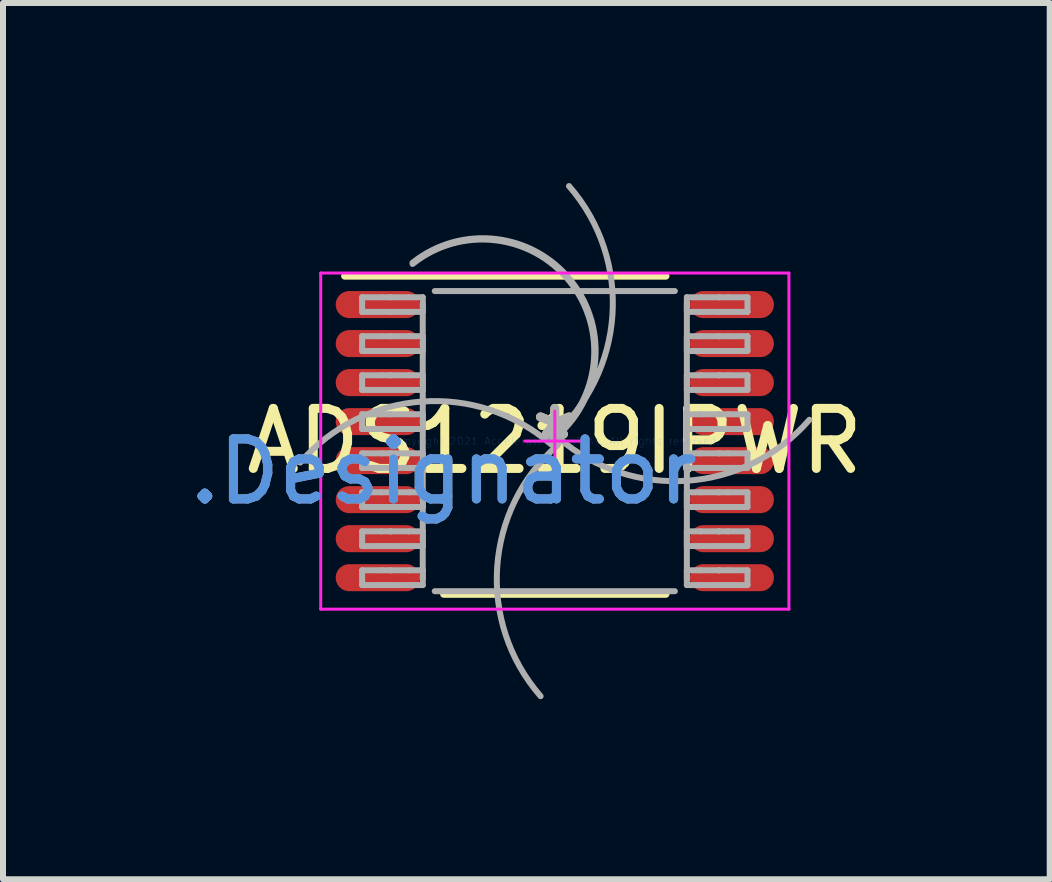
<source format=kicad_pcb>
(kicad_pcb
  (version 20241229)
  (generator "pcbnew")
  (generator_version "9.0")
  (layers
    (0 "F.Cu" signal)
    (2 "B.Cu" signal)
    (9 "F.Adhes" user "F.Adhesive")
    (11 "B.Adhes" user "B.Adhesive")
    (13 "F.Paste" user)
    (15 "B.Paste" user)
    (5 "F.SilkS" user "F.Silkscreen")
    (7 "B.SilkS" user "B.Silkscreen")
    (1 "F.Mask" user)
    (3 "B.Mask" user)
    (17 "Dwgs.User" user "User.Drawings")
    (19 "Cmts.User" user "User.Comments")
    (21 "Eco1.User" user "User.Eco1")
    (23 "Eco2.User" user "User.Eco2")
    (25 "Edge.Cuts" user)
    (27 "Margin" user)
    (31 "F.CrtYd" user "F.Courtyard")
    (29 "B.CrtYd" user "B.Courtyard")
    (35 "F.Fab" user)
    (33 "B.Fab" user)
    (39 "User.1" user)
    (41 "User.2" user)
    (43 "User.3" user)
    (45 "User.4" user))
  (footprint "ADS1219IPWR"
    (layer "F.Cu")
    (at 6.193 4.299)
    (property "Reference" "ADS1219IPWR" (at 0 0 0) (layer "F.SilkS") (effects (font (size 1 1) (thickness 0.15))))
    (attr through_hole)
    (fp_line (start -3.5 -2.75) (end 1.85 -2.75) (stroke (width 0.12) (type solid)) (layer "F.SilkS"))
    (fp_line (start -1.85 2.55) (end 1.85 2.55) (stroke (width 0.12) (type solid)) (layer "F.SilkS"))
    (fp_line (start -3.9 -2.8) (end 3.9 -2.8) (stroke (width 0.05) (type solid)) (layer "F.CrtYd"))
    (fp_line (start -3.9 2.8) (end -3.9 -2.8) (stroke (width 0.05) (type solid)) (layer "F.CrtYd"))
    (fp_line (start -3.9 2.8) (end 3.9 2.8) (stroke (width 0.05) (type solid)) (layer "F.CrtYd"))
    (fp_line (start -0.5 0) (end 0.5 0) (stroke (width 0.05) (type solid)) (layer "F.CrtYd"))
    (fp_line (start 0 0.5) (end 0 -0.5) (stroke (width 0.05) (type solid)) (layer "F.CrtYd"))
    (fp_line (start 3.9 2.8) (end 3.9 -2.8) (stroke (width 0.05) (type solid)) (layer "F.CrtYd"))
    (fp_line (start -3.21 -2.397) (end -2.887 -2.397) (stroke (width 0.1) (type solid)) (layer "F.Fab"))
    (fp_line (start -3.21 -2.153) (end -3.21 -2.397) (stroke (width 0.1) (type solid)) (layer "F.Fab"))
    (fp_line (start -3.21 -2.153) (end -2.887 -2.153) (stroke (width 0.1) (type solid)) (layer "F.Fab"))
    (fp_line (start -3.21 -1.748) (end -2.887 -1.748) (stroke (width 0.1) (type solid)) (layer "F.Fab"))
    (fp_line (start -3.21 -1.502) (end -3.21 -1.748) (stroke (width 0.1) (type solid)) (layer "F.Fab"))
    (fp_line (start -3.21 -1.502) (end -2.887 -1.502) (stroke (width 0.1) (type solid)) (layer "F.Fab"))
    (fp_line (start -3.21 -1.097) (end -2.887 -1.097) (stroke (width 0.1) (type solid)) (layer "F.Fab"))
    (fp_line (start -3.21 -0.853) (end -3.21 -1.097) (stroke (width 0.1) (type solid)) (layer "F.Fab"))
    (fp_line (start -3.21 -0.853) (end -2.887 -0.853) (stroke (width 0.1) (type solid)) (layer "F.Fab"))
    (fp_line (start -3.21 -0.448) (end -2.887 -0.448) (stroke (width 0.1) (type solid)) (layer "F.Fab"))
    (fp_line (start -3.21 -0.202) (end -3.21 -0.448) (stroke (width 0.1) (type solid)) (layer "F.Fab"))
    (fp_line (start -3.21 -0.202) (end -2.887 -0.202) (stroke (width 0.1) (type solid)) (layer "F.Fab"))
    (fp_line (start -3.21 0.203) (end -2.887 0.203) (stroke (width 0.1) (type solid)) (layer "F.Fab"))
    (fp_line (start -3.21 0.447) (end -3.21 0.203) (stroke (width 0.1) (type solid)) (layer "F.Fab"))
    (fp_line (start -3.21 0.447) (end -2.887 0.447) (stroke (width 0.1) (type solid)) (layer "F.Fab"))
    (fp_line (start -3.21 0.852) (end -2.887 0.852) (stroke (width 0.1) (type solid)) (layer "F.Fab"))
    (fp_line (start -3.21 1.098) (end -3.21 0.852) (stroke (width 0.1) (type solid)) (layer "F.Fab"))
    (fp_line (start -3.21 1.098) (end -2.887 1.098) (stroke (width 0.1) (type solid)) (layer "F.Fab"))
    (fp_line (start -3.21 1.503) (end -2.887 1.503) (stroke (width 0.1) (type solid)) (layer "F.Fab"))
    (fp_line (start -3.21 1.748) (end -3.21 1.503) (stroke (width 0.1) (type solid)) (layer "F.Fab"))
    (fp_line (start -3.21 1.748) (end -2.887 1.748) (stroke (width 0.1) (type solid)) (layer "F.Fab"))
    (fp_line (start -3.21 2.152) (end -2.887 2.152) (stroke (width 0.1) (type solid)) (layer "F.Fab"))
    (fp_line (start -3.21 2.398) (end -3.21 2.152) (stroke (width 0.1) (type solid)) (layer "F.Fab"))
    (fp_line (start -3.21 2.398) (end -2.887 2.398) (stroke (width 0.1) (type solid)) (layer "F.Fab"))
    (fp_line (start -2.887 -2.397) (end -2.739 -2.397) (stroke (width 0.1) (type solid)) (layer "F.Fab"))
    (fp_line (start -2.887 -2.153) (end -2.739 -2.153) (stroke (width 0.1) (type solid)) (layer "F.Fab"))
    (fp_line (start -2.887 -1.748) (end -2.739 -1.748) (stroke (width 0.1) (type solid)) (layer "F.Fab"))
    (fp_line (start -2.887 -1.502) (end -2.739 -1.502) (stroke (width 0.1) (type solid)) (layer "F.Fab"))
    (fp_line (start -2.887 -1.097) (end -2.739 -1.097) (stroke (width 0.1) (type solid)) (layer "F.Fab"))
    (fp_line (start -2.887 -0.853) (end -2.739 -0.853) (stroke (width 0.1) (type solid)) (layer "F.Fab"))
    (fp_line (start -2.887 -0.448) (end -2.739 -0.448) (stroke (width 0.1) (type solid)) (layer "F.Fab"))
    (fp_line (start -2.887 -0.202) (end -2.739 -0.202) (stroke (width 0.1) (type solid)) (layer "F.Fab"))
    (fp_line (start -2.887 0.203) (end -2.739 0.203) (stroke (width 0.1) (type solid)) (layer "F.Fab"))
    (fp_line (start -2.887 0.447) (end -2.739 0.447) (stroke (width 0.1) (type solid)) (layer "F.Fab"))
    (fp_line (start -2.887 0.852) (end -2.739 0.852) (stroke (width 0.1) (type solid)) (layer "F.Fab"))
    (fp_line (start -2.887 1.098) (end -2.739 1.098) (stroke (width 0.1) (type solid)) (layer "F.Fab"))
    (fp_line (start -2.887 1.503) (end -2.739 1.503) (stroke (width 0.1) (type solid)) (layer "F.Fab"))
    (fp_line (start -2.887 1.748) (end -2.739 1.748) (stroke (width 0.1) (type solid)) (layer "F.Fab"))
    (fp_line (start -2.887 2.152) (end -2.739 2.152) (stroke (width 0.1) (type solid)) (layer "F.Fab"))
    (fp_line (start -2.887 2.398) (end -2.739 2.398) (stroke (width 0.1) (type solid)) (layer "F.Fab"))
    (fp_line (start -2.739 -2.397) (end -2.733 -2.397) (stroke (width 0.1) (type solid)) (layer "F.Fab"))
    (fp_line (start -2.739 -2.153) (end -2.733 -2.153) (stroke (width 0.1) (type solid)) (layer "F.Fab"))
    (fp_line (start -2.739 -1.748) (end -2.733 -1.748) (stroke (width 0.1) (type solid)) (layer "F.Fab"))
    (fp_line (start -2.739 -1.502) (end -2.733 -1.502) (stroke (width 0.1) (type solid)) (layer "F.Fab"))
    (fp_line (start -2.739 -1.097) (end -2.733 -1.097) (stroke (width 0.1) (type solid)) (layer "F.Fab"))
    (fp_line (start -2.739 -0.853) (end -2.733 -0.853) (stroke (width 0.1) (type solid)) (layer "F.Fab"))
    (fp_line (start -2.739 -0.448) (end -2.733 -0.448) (stroke (width 0.1) (type solid)) (layer "F.Fab"))
    (fp_line (start -2.739 -0.202) (end -2.733 -0.202) (stroke (width 0.1) (type solid)) (layer "F.Fab"))
    (fp_line (start -2.739 0.203) (end -2.733 0.203) (stroke (width 0.1) (type solid)) (layer "F.Fab"))
    (fp_line (start -2.739 0.447) (end -2.733 0.447) (stroke (width 0.1) (type solid)) (layer "F.Fab"))
    (fp_line (start -2.739 0.852) (end -2.733 0.852) (stroke (width 0.1) (type solid)) (layer "F.Fab"))
    (fp_line (start -2.739 1.098) (end -2.733 1.098) (stroke (width 0.1) (type solid)) (layer "F.Fab"))
    (fp_line (start -2.739 1.503) (end -2.733 1.503) (stroke (width 0.1) (type solid)) (layer "F.Fab"))
    (fp_line (start -2.739 1.748) (end -2.733 1.748) (stroke (width 0.1) (type solid)) (layer "F.Fab"))
    (fp_line (start -2.739 2.152) (end -2.733 2.152) (stroke (width 0.1) (type solid)) (layer "F.Fab"))
    (fp_line (start -2.739 2.398) (end -2.733 2.398) (stroke (width 0.1) (type solid)) (layer "F.Fab"))
    (fp_line (start -2.733 -2.397) (end -2.431 -2.397) (stroke (width 0.1) (type solid)) (layer "F.Fab"))
    (fp_line (start -2.733 -2.153) (end -2.431 -2.153) (stroke (width 0.1) (type solid)) (layer "F.Fab"))
    (fp_line (start -2.733 -1.748) (end -2.431 -1.748) (stroke (width 0.1) (type solid)) (layer "F.Fab"))
    (fp_line (start -2.733 -1.502) (end -2.431 -1.502) (stroke (width 0.1) (type solid)) (layer "F.Fab"))
    (fp_line (start -2.733 -1.097) (end -2.431 -1.097) (stroke (width 0.1) (type solid)) (layer "F.Fab"))
    (fp_line (start -2.733 -0.853) (end -2.431 -0.853) (stroke (width 0.1) (type solid)) (layer "F.Fab"))
    (fp_line (start -2.733 -0.448) (end -2.431 -0.448) (stroke (width 0.1) (type solid)) (layer "F.Fab"))
    (fp_line (start -2.733 -0.202) (end -2.431 -0.202) (stroke (width 0.1) (type solid)) (layer "F.Fab"))
    (fp_line (start -2.733 0.203) (end -2.431 0.203) (stroke (width 0.1) (type solid)) (layer "F.Fab"))
    (fp_line (start -2.733 0.447) (end -2.431 0.447) (stroke (width 0.1) (type solid)) (layer "F.Fab"))
    (fp_line (start -2.733 0.852) (end -2.431 0.852) (stroke (width 0.1) (type solid)) (layer "F.Fab"))
    (fp_line (start -2.733 1.098) (end -2.431 1.098) (stroke (width 0.1) (type solid)) (layer "F.Fab"))
    (fp_line (start -2.733 1.503) (end -2.431 1.503) (stroke (width 0.1) (type solid)) (layer "F.Fab"))
    (fp_line (start -2.733 1.748) (end -2.431 1.748) (stroke (width 0.1) (type solid)) (layer "F.Fab"))
    (fp_line (start -2.733 2.152) (end -2.431 2.152) (stroke (width 0.1) (type solid)) (layer "F.Fab"))
    (fp_line (start -2.733 2.398) (end -2.431 2.398) (stroke (width 0.1) (type solid)) (layer "F.Fab"))
    (fp_line (start -2.431 -2.397) (end -2.2 -2.397) (stroke (width 0.1) (type solid)) (layer "F.Fab"))
    (fp_line (start -2.431 -2.153) (end -2.2 -2.153) (stroke (width 0.1) (type solid)) (layer "F.Fab"))
    (fp_line (start -2.431 -1.748) (end -2.2 -1.748) (stroke (width 0.1) (type solid)) (layer "F.Fab"))
    (fp_line (start -2.431 -1.502) (end -2.2 -1.502) (stroke (width 0.1) (type solid)) (layer "F.Fab"))
    (fp_line (start -2.431 -1.097) (end -2.2 -1.097) (stroke (width 0.1) (type solid)) (layer "F.Fab"))
    (fp_line (start -2.431 -0.853) (end -2.2 -0.853) (stroke (width 0.1) (type solid)) (layer "F.Fab"))
    (fp_line (start -2.431 -0.448) (end -2.2 -0.448) (stroke (width 0.1) (type solid)) (layer "F.Fab"))
    (fp_line (start -2.431 -0.202) (end -2.2 -0.202) (stroke (width 0.1) (type solid)) (layer "F.Fab"))
    (fp_line (start -2.431 0.203) (end -2.2 0.203) (stroke (width 0.1) (type solid)) (layer "F.Fab"))
    (fp_line (start -2.431 0.447) (end -2.2 0.447) (stroke (width 0.1) (type solid)) (layer "F.Fab"))
    (fp_line (start -2.431 0.852) (end -2.2 0.852) (stroke (width 0.1) (type solid)) (layer "F.Fab"))
    (fp_line (start -2.431 1.098) (end -2.2 1.098) (stroke (width 0.1) (type solid)) (layer "F.Fab"))
    (fp_line (start -2.431 1.503) (end -2.2 1.503) (stroke (width 0.1) (type solid)) (layer "F.Fab"))
    (fp_line (start -2.431 1.748) (end -2.2 1.748) (stroke (width 0.1) (type solid)) (layer "F.Fab"))
    (fp_line (start -2.431 2.152) (end -2.2 2.152) (stroke (width 0.1) (type solid)) (layer "F.Fab"))
    (fp_line (start -2.431 2.398) (end -2.2 2.398) (stroke (width 0.1) (type solid)) (layer "F.Fab"))
    (fp_line (start -2.2 -2.153) (end -2.2 -2.397) (stroke (width 0.1) (type solid)) (layer "F.Fab"))
    (fp_line (start -2.2 -1.502) (end -2.2 -1.748) (stroke (width 0.1) (type solid)) (layer "F.Fab"))
    (fp_line (start -2.2 -0.853) (end -2.2 -1.097) (stroke (width 0.1) (type solid)) (layer "F.Fab"))
    (fp_line (start -2.2 -0.202) (end -2.2 -0.448) (stroke (width 0.1) (type solid)) (layer "F.Fab"))
    (fp_line (start -2.2 0.447) (end -2.2 0.203) (stroke (width 0.1) (type solid)) (layer "F.Fab"))
    (fp_line (start -2.2 1.098) (end -2.2 0.852) (stroke (width 0.1) (type solid)) (layer "F.Fab"))
    (fp_line (start -2.2 1.748) (end -2.2 1.503) (stroke (width 0.1) (type solid)) (layer "F.Fab"))
    (fp_line (start -2.2 2.3) (end -2.2 -2.3) (stroke (width 0.1) (type solid)) (layer "F.Fab"))
    (fp_line (start -2.2 2.398) (end -2.2 2.152) (stroke (width 0.1) (type solid)) (layer "F.Fab"))
    (fp_line (start -2 -2.5) (end 2 -2.5) (stroke (width 0.1) (type solid)) (layer "F.Fab"))
    (fp_line (start -2 2.5) (end 2 2.5) (stroke (width 0.1) (type solid)) (layer "F.Fab"))
    (fp_line (start 2.2 -2.397) (end 2.43 -2.397) (stroke (width 0.1) (type solid)) (layer "F.Fab"))
    (fp_line (start 2.2 -2.153) (end 2.2 -2.397) (stroke (width 0.1) (type solid)) (layer "F.Fab"))
    (fp_line (start 2.2 -2.153) (end 2.43 -2.153) (stroke (width 0.1) (type solid)) (layer "F.Fab"))
    (fp_line (start 2.2 -1.748) (end 2.43 -1.748) (stroke (width 0.1) (type solid)) (layer "F.Fab"))
    (fp_line (start 2.2 -1.502) (end 2.2 -1.748) (stroke (width 0.1) (type solid)) (layer "F.Fab"))
    (fp_line (start 2.2 -1.502) (end 2.43 -1.502) (stroke (width 0.1) (type solid)) (layer "F.Fab"))
    (fp_line (start 2.2 -1.097) (end 2.43 -1.097) (stroke (width 0.1) (type solid)) (layer "F.Fab"))
    (fp_line (start 2.2 -0.853) (end 2.2 -1.097) (stroke (width 0.1) (type solid)) (layer "F.Fab"))
    (fp_line (start 2.2 -0.853) (end 2.43 -0.853) (stroke (width 0.1) (type solid)) (layer "F.Fab"))
    (fp_line (start 2.2 -0.448) (end 2.43 -0.448) (stroke (width 0.1) (type solid)) (layer "F.Fab"))
    (fp_line (start 2.2 -0.202) (end 2.2 -0.448) (stroke (width 0.1) (type solid)) (layer "F.Fab"))
    (fp_line (start 2.2 -0.202) (end 2.43 -0.202) (stroke (width 0.1) (type solid)) (layer "F.Fab"))
    (fp_line (start 2.2 0.203) (end 2.43 0.203) (stroke (width 0.1) (type solid)) (layer "F.Fab"))
    (fp_line (start 2.2 0.447) (end 2.2 0.203) (stroke (width 0.1) (type solid)) (layer "F.Fab"))
    (fp_line (start 2.2 0.447) (end 2.43 0.447) (stroke (width 0.1) (type solid)) (layer "F.Fab"))
    (fp_line (start 2.2 0.852) (end 2.43 0.852) (stroke (width 0.1) (type solid)) (layer "F.Fab"))
    (fp_line (start 2.2 1.098) (end 2.2 0.852) (stroke (width 0.1) (type solid)) (layer "F.Fab"))
    (fp_line (start 2.2 1.098) (end 2.43 1.098) (stroke (width 0.1) (type solid)) (layer "F.Fab"))
    (fp_line (start 2.2 1.503) (end 2.43 1.503) (stroke (width 0.1) (type solid)) (layer "F.Fab"))
    (fp_line (start 2.2 1.748) (end 2.2 1.503) (stroke (width 0.1) (type solid)) (layer "F.Fab"))
    (fp_line (start 2.2 1.748) (end 2.43 1.748) (stroke (width 0.1) (type solid)) (layer "F.Fab"))
    (fp_line (start 2.2 2.152) (end 2.43 2.152) (stroke (width 0.1) (type solid)) (layer "F.Fab"))
    (fp_line (start 2.2 2.3) (end 2.2 -2.3) (stroke (width 0.1) (type solid)) (layer "F.Fab"))
    (fp_line (start 2.2 2.398) (end 2.2 2.152) (stroke (width 0.1) (type solid)) (layer "F.Fab"))
    (fp_line (start 2.2 2.398) (end 2.43 2.398) (stroke (width 0.1) (type solid)) (layer "F.Fab"))
    (fp_line (start 2.43 -2.397) (end 2.733 -2.397) (stroke (width 0.1) (type solid)) (layer "F.Fab"))
    (fp_line (start 2.43 -2.153) (end 2.733 -2.153) (stroke (width 0.1) (type solid)) (layer "F.Fab"))
    (fp_line (start 2.43 -1.748) (end 2.733 -1.748) (stroke (width 0.1) (type solid)) (layer "F.Fab"))
    (fp_line (start 2.43 -1.502) (end 2.733 -1.502) (stroke (width 0.1) (type solid)) (layer "F.Fab"))
    (fp_line (start 2.43 -1.097) (end 2.733 -1.097) (stroke (width 0.1) (type solid)) (layer "F.Fab"))
    (fp_line (start 2.43 -0.853) (end 2.733 -0.853) (stroke (width 0.1) (type solid)) (layer "F.Fab"))
    (fp_line (start 2.43 -0.448) (end 2.733 -0.448) (stroke (width 0.1) (type solid)) (layer "F.Fab"))
    (fp_line (start 2.43 -0.202) (end 2.733 -0.202) (stroke (width 0.1) (type solid)) (layer "F.Fab"))
    (fp_line (start 2.43 0.203) (end 2.733 0.203) (stroke (width 0.1) (type solid)) (layer "F.Fab"))
    (fp_line (start 2.43 0.447) (end 2.733 0.447) (stroke (width 0.1) (type solid)) (layer "F.Fab"))
    (fp_line (start 2.43 0.852) (end 2.733 0.852) (stroke (width 0.1) (type solid)) (layer "F.Fab"))
    (fp_line (start 2.43 1.098) (end 2.733 1.098) (stroke (width 0.1) (type solid)) (layer "F.Fab"))
    (fp_line (start 2.43 1.503) (end 2.733 1.503) (stroke (width 0.1) (type solid)) (layer "F.Fab"))
    (fp_line (start 2.43 1.748) (end 2.733 1.748) (stroke (width 0.1) (type solid)) (layer "F.Fab"))
    (fp_line (start 2.43 2.152) (end 2.733 2.152) (stroke (width 0.1) (type solid)) (layer "F.Fab"))
    (fp_line (start 2.43 2.398) (end 2.733 2.398) (stroke (width 0.1) (type solid)) (layer "F.Fab"))
    (fp_line (start 2.733 -2.397) (end 2.739 -2.397) (stroke (width 0.1) (type solid)) (layer "F.Fab"))
    (fp_line (start 2.733 -2.153) (end 2.739 -2.153) (stroke (width 0.1) (type solid)) (layer "F.Fab"))
    (fp_line (start 2.733 -1.748) (end 2.739 -1.748) (stroke (width 0.1) (type solid)) (layer "F.Fab"))
    (fp_line (start 2.733 -1.502) (end 2.739 -1.502) (stroke (width 0.1) (type solid)) (layer "F.Fab"))
    (fp_line (start 2.733 -1.097) (end 2.739 -1.097) (stroke (width 0.1) (type solid)) (layer "F.Fab"))
    (fp_line (start 2.733 -0.853) (end 2.739 -0.853) (stroke (width 0.1) (type solid)) (layer "F.Fab"))
    (fp_line (start 2.733 -0.448) (end 2.739 -0.448) (stroke (width 0.1) (type solid)) (layer "F.Fab"))
    (fp_line (start 2.733 -0.202) (end 2.739 -0.202) (stroke (width 0.1) (type solid)) (layer "F.Fab"))
    (fp_line (start 2.733 0.203) (end 2.739 0.203) (stroke (width 0.1) (type solid)) (layer "F.Fab"))
    (fp_line (start 2.733 0.447) (end 2.739 0.447) (stroke (width 0.1) (type solid)) (layer "F.Fab"))
    (fp_line (start 2.733 0.852) (end 2.739 0.852) (stroke (width 0.1) (type solid)) (layer "F.Fab"))
    (fp_line (start 2.733 1.098) (end 2.739 1.098) (stroke (width 0.1) (type solid)) (layer "F.Fab"))
    (fp_line (start 2.733 1.503) (end 2.739 1.503) (stroke (width 0.1) (type solid)) (layer "F.Fab"))
    (fp_line (start 2.733 1.748) (end 2.739 1.748) (stroke (width 0.1) (type solid)) (layer "F.Fab"))
    (fp_line (start 2.733 2.152) (end 2.739 2.152) (stroke (width 0.1) (type solid)) (layer "F.Fab"))
    (fp_line (start 2.733 2.398) (end 2.739 2.398) (stroke (width 0.1) (type solid)) (layer "F.Fab"))
    (fp_line (start 2.739 -2.397) (end 2.887 -2.397) (stroke (width 0.1) (type solid)) (layer "F.Fab"))
    (fp_line (start 2.739 -2.153) (end 2.887 -2.153) (stroke (width 0.1) (type solid)) (layer "F.Fab"))
    (fp_line (start 2.739 -1.748) (end 2.887 -1.748) (stroke (width 0.1) (type solid)) (layer "F.Fab"))
    (fp_line (start 2.739 -1.502) (end 2.887 -1.502) (stroke (width 0.1) (type solid)) (layer "F.Fab"))
    (fp_line (start 2.739 -1.097) (end 2.887 -1.097) (stroke (width 0.1) (type solid)) (layer "F.Fab"))
    (fp_line (start 2.739 -0.853) (end 2.887 -0.853) (stroke (width 0.1) (type solid)) (layer "F.Fab"))
    (fp_line (start 2.739 -0.448) (end 2.887 -0.448) (stroke (width 0.1) (type solid)) (layer "F.Fab"))
    (fp_line (start 2.739 -0.202) (end 2.887 -0.202) (stroke (width 0.1) (type solid)) (layer "F.Fab"))
    (fp_line (start 2.739 0.203) (end 2.887 0.203) (stroke (width 0.1) (type solid)) (layer "F.Fab"))
    (fp_line (start 2.739 0.447) (end 2.887 0.447) (stroke (width 0.1) (type solid)) (layer "F.Fab"))
    (fp_line (start 2.739 0.852) (end 2.887 0.852) (stroke (width 0.1) (type solid)) (layer "F.Fab"))
    (fp_line (start 2.739 1.098) (end 2.887 1.098) (stroke (width 0.1) (type solid)) (layer "F.Fab"))
    (fp_line (start 2.739 1.503) (end 2.887 1.503) (stroke (width 0.1) (type solid)) (layer "F.Fab"))
    (fp_line (start 2.739 1.748) (end 2.887 1.748) (stroke (width 0.1) (type solid)) (layer "F.Fab"))
    (fp_line (start 2.739 2.152) (end 2.887 2.152) (stroke (width 0.1) (type solid)) (layer "F.Fab"))
    (fp_line (start 2.739 2.398) (end 2.887 2.398) (stroke (width 0.1) (type solid)) (layer "F.Fab"))
    (fp_line (start 2.887 -2.397) (end 3.21 -2.397) (stroke (width 0.1) (type solid)) (layer "F.Fab"))
    (fp_line (start 2.887 -2.153) (end 3.21 -2.153) (stroke (width 0.1) (type solid)) (layer "F.Fab"))
    (fp_line (start 2.887 -1.748) (end 3.21 -1.748) (stroke (width 0.1) (type solid)) (layer "F.Fab"))
    (fp_line (start 2.887 -1.502) (end 3.21 -1.502) (stroke (width 0.1) (type solid)) (layer "F.Fab"))
    (fp_line (start 2.887 -1.097) (end 3.21 -1.097) (stroke (width 0.1) (type solid)) (layer "F.Fab"))
    (fp_line (start 2.887 -0.853) (end 3.21 -0.853) (stroke (width 0.1) (type solid)) (layer "F.Fab"))
    (fp_line (start 2.887 -0.448) (end 3.21 -0.448) (stroke (width 0.1) (type solid)) (layer "F.Fab"))
    (fp_line (start 2.887 -0.202) (end 3.21 -0.202) (stroke (width 0.1) (type solid)) (layer "F.Fab"))
    (fp_line (start 2.887 0.203) (end 3.21 0.203) (stroke (width 0.1) (type solid)) (layer "F.Fab"))
    (fp_line (start 2.887 0.447) (end 3.21 0.447) (stroke (width 0.1) (type solid)) (layer "F.Fab"))
    (fp_line (start 2.887 0.852) (end 3.21 0.852) (stroke (width 0.1) (type solid)) (layer "F.Fab"))
    (fp_line (start 2.887 1.098) (end 3.21 1.098) (stroke (width 0.1) (type solid)) (layer "F.Fab"))
    (fp_line (start 2.887 1.503) (end 3.21 1.503) (stroke (width 0.1) (type solid)) (layer "F.Fab"))
    (fp_line (start 2.887 1.748) (end 3.21 1.748) (stroke (width 0.1) (type solid)) (layer "F.Fab"))
    (fp_line (start 2.887 2.152) (end 3.21 2.152) (stroke (width 0.1) (type solid)) (layer "F.Fab"))
    (fp_line (start 2.887 2.398) (end 3.21 2.398) (stroke (width 0.1) (type solid)) (layer "F.Fab"))
    (fp_line (start 3.21 -2.153) (end 3.21 -2.397) (stroke (width 0.1) (type solid)) (layer "F.Fab"))
    (fp_line (start 3.21 -1.502) (end 3.21 -1.748) (stroke (width 0.1) (type solid)) (layer "F.Fab"))
    (fp_line (start 3.21 -0.853) (end 3.21 -1.097) (stroke (width 0.1) (type solid)) (layer "F.Fab"))
    (fp_line (start 3.21 -0.202) (end 3.21 -0.448) (stroke (width 0.1) (type solid)) (layer "F.Fab"))
    (fp_line (start 3.21 0.447) (end 3.21 0.203) (stroke (width 0.1) (type solid)) (layer "F.Fab"))
    (fp_line (start 3.21 1.098) (end 3.21 0.852) (stroke (width 0.1) (type solid)) (layer "F.Fab"))
    (fp_line (start 3.21 1.748) (end 3.21 1.503) (stroke (width 0.1) (type solid)) (layer "F.Fab"))
    (fp_line (start 3.21 2.398) (end 3.21 2.152) (stroke (width 0.1) (type solid)) (layer "F.Fab"))
    (fp_arc (start -4.2416 0.355899) (mid -2.21035 -0.659732) (end -0.05588 0.05842) (stroke (width 0.1) (type solid)) (layer "F.Fab"))
    (fp_arc (start -2.369526 -2.972064) (mid 0.272059 -2.669525) (end -0.03048 -0.02794) (stroke (width 0.1) (type solid)) (layer "F.Fab"))
    (fp_arc (start -2.369526 -2.951744) (mid 0.251739 -2.669525) (end -0.03048 -0.04826) (stroke (width 0.1) (type solid)) (layer "F.Fab"))
    (fp_arc (start -0.236525 4.249207) (mid -0.959751 2.096847) (end 0.0508 0.0635) (stroke (width 0.1) (type solid)) (layer "F.Fab"))
    (fp_arc (start 0.236496 -4.249205) (mid 0.959737 -2.096851) (end -0.0508 -0.0635) (stroke (width 0.1) (type solid)) (layer "F.Fab"))
    (fp_arc (start 4.241571 -0.355889) (mid 2.210333 0.65973) (end 0.05588 -0.05842) (stroke (width 0.1) (type solid)) (layer "F.Fab"))
    (fp_text user "*" (at 0 0 0) (layer "F.SilkS") (effects (font (size 1 1) (thickness 0.15))))
    (fp_text user "Copyright 2021 Accelerated Designs. All rights reserved." (at 0 0 0) (layer "Cmts.User") (effects (font (size 0.127 0.127) (thickness 0.002))))
    (fp_text user ".Designator" (at -1.854 0.508 0) (layer "Cmts.User") (effects (font (size 1 1) (thickness 0.15))))
    (fp_text user "*" (at 0 0 0) (layer "F.Fab") (effects (font (size 1 1) (thickness 0.15))))
    (fp_text user ".Designator" (at -1.854 0.508 0) (layer "F.Fab") (effects (font (size 1 1) (thickness 0.15))))
    (pad "1" smd oval (at -2.95 -2.275 90) (size 0.45 1.4) (layers "F.Cu" "F.Mask" "F.Paste"))
    (pad "2" smd oval (at -2.95 -1.625 90) (size 0.45 1.4) (layers "F.Cu" "F.Mask" "F.Paste"))
    (pad "3" smd oval (at -2.95 -0.975 90) (size 0.45 1.4) (layers "F.Cu" "F.Mask" "F.Paste"))
    (pad "4" smd oval (at -2.95 -0.325 90) (size 0.45 1.4) (layers "F.Cu" "F.Mask" "F.Paste"))
    (pad "5" smd oval (at -2.95 0.325 90) (size 0.45 1.4) (layers "F.Cu" "F.Mask" "F.Paste"))
    (pad "6" smd oval (at -2.95 0.975 90) (size 0.45 1.4) (layers "F.Cu" "F.Mask" "F.Paste"))
    (pad "7" smd oval (at -2.95 1.625 90) (size 0.45 1.4) (layers "F.Cu" "F.Mask" "F.Paste"))
    (pad "8" smd oval (at -2.95 2.275 90) (size 0.45 1.4) (layers "F.Cu" "F.Mask" "F.Paste"))
    (pad "9" smd oval (at 2.95 2.275 90) (size 0.45 1.4) (layers "F.Cu" "F.Mask" "F.Paste"))
    (pad "10" smd oval (at 2.95 1.625 90) (size 0.45 1.4) (layers "F.Cu" "F.Mask" "F.Paste"))
    (pad "11" smd oval (at 2.95 0.975 90) (size 0.45 1.4) (layers "F.Cu" "F.Mask" "F.Paste"))
    (pad "12" smd oval (at 2.95 0.325 90) (size 0.45 1.4) (layers "F.Cu" "F.Mask" "F.Paste"))
    (pad "13" smd oval (at 2.95 -0.325 90) (size 0.45 1.4) (layers "F.Cu" "F.Mask" "F.Paste"))
    (pad "14" smd oval (at 2.95 -0.975 90) (size 0.45 1.4) (layers "F.Cu" "F.Mask" "F.Paste"))
    (pad "15" smd oval (at 2.95 -1.625 90) (size 0.45 1.4) (layers "F.Cu" "F.Mask" "F.Paste"))
    (pad "16" smd oval (at 2.95 -2.275 90) (size 0.45 1.4) (layers "F.Cu" "F.Mask" "F.Paste")))
  (gr_rect
    (start -3 -3)
    (end 14.438 11.598)
    (stroke (width 0.1) (type default))
    (fill no)
    (layer "Edge.Cuts")))
</source>
